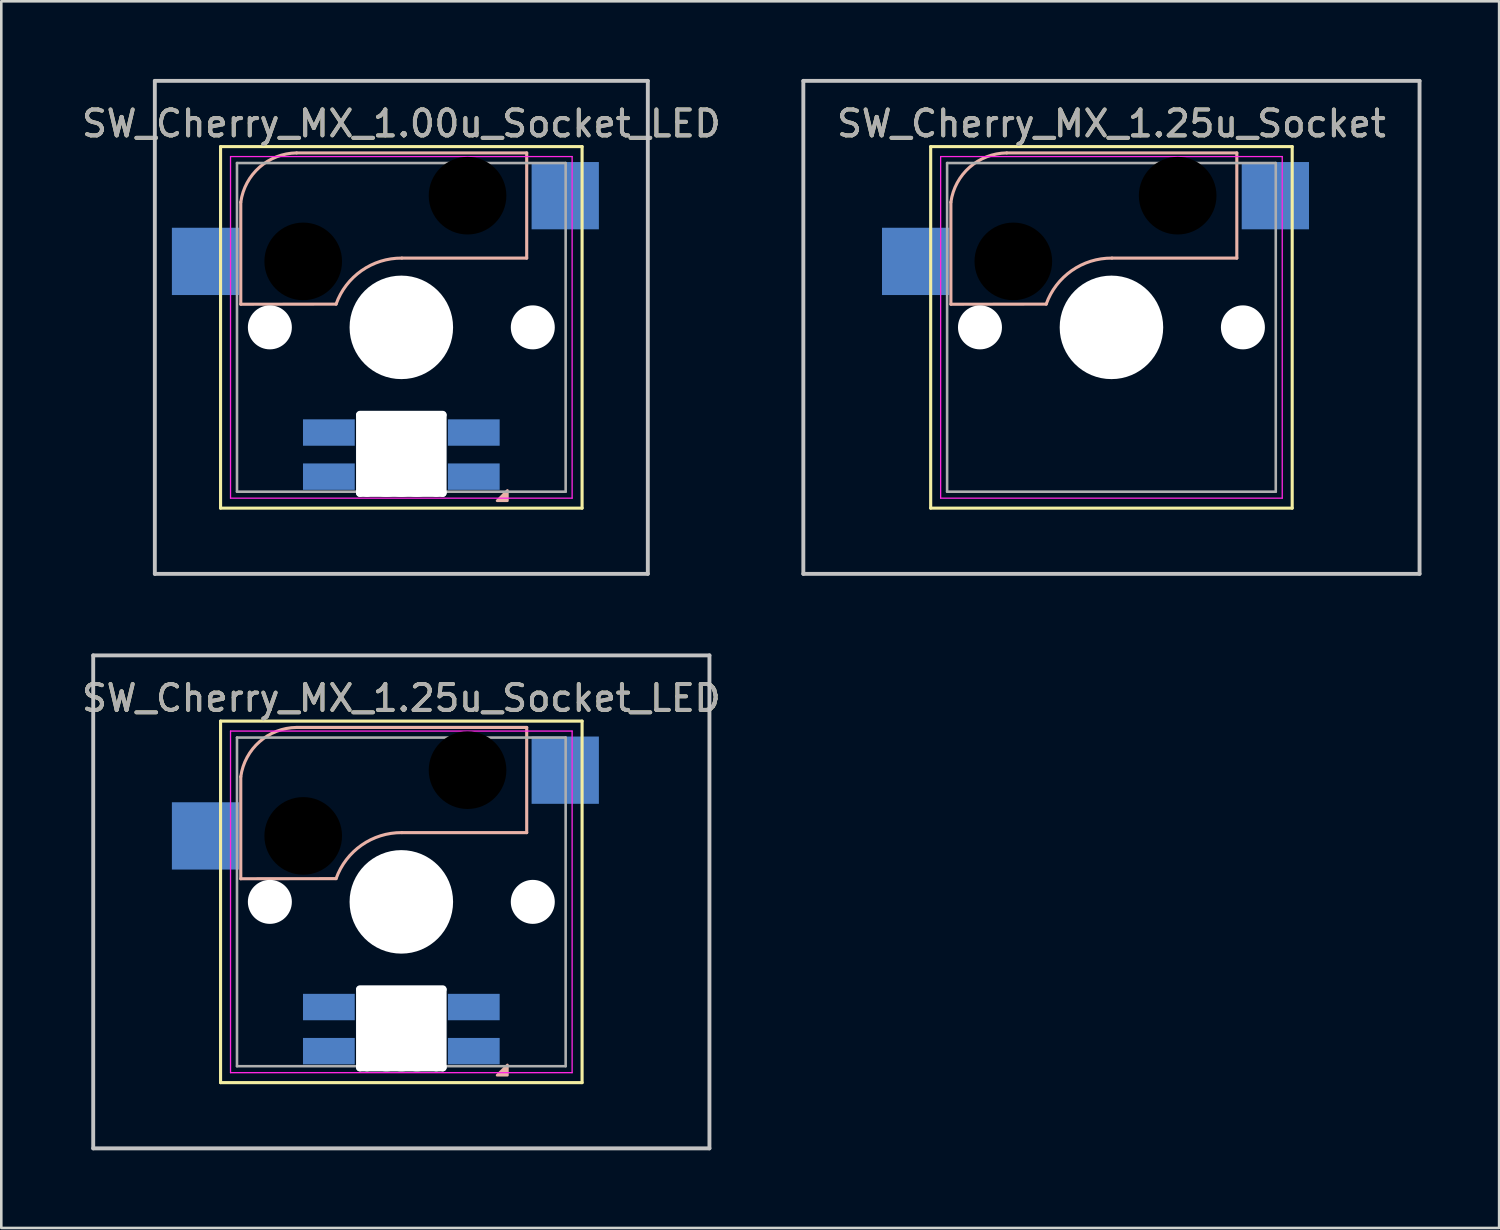
<source format=kicad_pcb>
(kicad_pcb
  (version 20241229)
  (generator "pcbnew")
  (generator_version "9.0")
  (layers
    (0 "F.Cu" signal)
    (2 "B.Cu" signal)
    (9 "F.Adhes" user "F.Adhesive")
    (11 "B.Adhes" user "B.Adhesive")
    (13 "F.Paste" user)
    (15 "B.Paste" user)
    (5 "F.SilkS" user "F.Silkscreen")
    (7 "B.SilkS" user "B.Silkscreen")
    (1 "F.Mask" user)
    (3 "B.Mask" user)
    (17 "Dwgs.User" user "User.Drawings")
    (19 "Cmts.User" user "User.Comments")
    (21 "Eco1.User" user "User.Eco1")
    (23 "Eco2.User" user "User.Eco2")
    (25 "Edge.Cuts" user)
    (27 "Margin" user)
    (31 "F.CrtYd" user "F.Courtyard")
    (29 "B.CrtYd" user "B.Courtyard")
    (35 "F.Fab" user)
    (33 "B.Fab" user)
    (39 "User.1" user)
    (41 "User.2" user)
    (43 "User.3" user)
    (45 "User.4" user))
  (footprint "SW_Cherry_MX_1.00u_Socket_LED"
    (layer "F.Cu")
    (at 14.998 4.52)
    (property "Reference" "SW_Cherry_MX_1.00u_Socket_LED" (at -2.54 -2.794 0) (layer "F.SilkS") (effects (font (size 1 1) (thickness 0.15))))
    (attr through_hole)
    (fp_line (start -9.525 -1.905) (end 4.445 -1.905) (stroke (width 0.12) (type solid)) (layer "F.SilkS"))
    (fp_line (start -9.525 12.065) (end -9.525 -1.905) (stroke (width 0.12) (type solid)) (layer "F.SilkS"))
    (fp_line (start 4.445 -1.905) (end 4.445 12.065) (stroke (width 0.12) (type solid)) (layer "F.SilkS"))
    (fp_line (start 4.445 12.065) (end -9.525 12.065) (stroke (width 0.12) (type solid)) (layer "F.SilkS"))
    (fp_line (start -8.744 4.186) (end -8.744 0.245) (stroke (width 0.12) (type solid)) (layer "B.SilkS"))
    (fp_line (start -8.744 4.186) (end -5.061 4.182) (stroke (width 0.12) (type solid)) (layer "B.SilkS"))
    (fp_line (start -2.521 2.404) (end 2.305 2.404) (stroke (width 0.12) (type solid)) (layer "B.SilkS"))
    (fp_line (start 2.305 -1.66) (end -6.585 -1.66) (stroke (width 0.12) (type solid)) (layer "B.SilkS"))
    (fp_line (start 2.305 2.404) (end 2.305 -1.66) (stroke (width 0.12) (type solid)) (layer "B.SilkS"))
    (fp_arc (start -8.74408 0.244744) (mid -8.018786 -1.10919) (end -6.58508 -1.660256) (stroke (width 0.12) (type solid)) (layer "B.SilkS"))
    (fp_arc (start -5.06108 4.181744) (mid -4.074771 2.887471) (end -2.52108 2.403744) (stroke (width 0.12) (type solid)) (layer "B.SilkS"))
    (fp_poly (pts (xy 1.56 11.38) (xy 1.56 11.78) (xy 1.16 11.78)) (stroke (width 0.1) (type solid)) (fill yes) (layer "B.SilkS"))
    (fp_line (start -12.065 -4.445) (end 6.985 -4.445) (stroke (width 0.15) (type solid)) (layer "Dwgs.User"))
    (fp_line (start -12.065 14.605) (end -12.065 -4.445) (stroke (width 0.15) (type solid)) (layer "Dwgs.User"))
    (fp_line (start 6.985 -4.445) (end 6.985 14.605) (stroke (width 0.15) (type solid)) (layer "Dwgs.User"))
    (fp_line (start 6.985 14.605) (end -12.065 14.605) (stroke (width 0.15) (type solid)) (layer "Dwgs.User"))
    (fp_line (start -9.14 -1.52) (end 4.06 -1.52) (stroke (width 0.05) (type solid)) (layer "F.CrtYd"))
    (fp_line (start -9.14 11.68) (end -9.14 -1.52) (stroke (width 0.05) (type solid)) (layer "F.CrtYd"))
    (fp_line (start 4.06 -1.52) (end 4.06 11.68) (stroke (width 0.05) (type solid)) (layer "F.CrtYd"))
    (fp_line (start 4.06 11.68) (end -9.14 11.68) (stroke (width 0.05) (type solid)) (layer "F.CrtYd"))
    (fp_line (start -8.89 -1.27) (end 3.81 -1.27) (stroke (width 0.1) (type solid)) (layer "F.Fab"))
    (fp_line (start -8.89 11.43) (end -8.89 -1.27) (stroke (width 0.1) (type solid)) (layer "F.Fab"))
    (fp_line (start 3.81 -1.27) (end 3.81 11.43) (stroke (width 0.1) (type solid)) (layer "F.Fab"))
    (fp_line (start 3.81 11.43) (end -8.89 11.43) (stroke (width 0.1) (type solid)) (layer "F.Fab"))
    (fp_text user "${REFERENCE}" (at -2.54 -2.794 0) (layer "F.Fab") (effects (font (size 1 1) (thickness 0.15))))
    (pad "" np_thru_hole circle (at -7.62 5.08) (size 1.7 1.7) (drill 1.7) (layers "*.Cu" "*.Mask"))
    (pad "" np_thru_hole circle (at -6.331 2.531 180) (size 3 3) (drill 3) (layers "*.Mask"))
    (pad "" np_thru_hole oval (at -4.14 9.98 180) (size 0.3 3.3) (drill oval 0.3 3.3) (layers "*.Cu" "*.Mask"))
    (pad "" np_thru_hole oval (at -3.865 9.98 180) (size 0.5 3.3) (drill oval 0.5 3.3) (layers "*.Cu" "*.Mask"))
    (pad "" np_thru_hole oval (at -3.115 9.98 180) (size 1.7 3.3) (drill oval 1.7 3.3) (layers "*.Cu" "*.Mask"))
    (pad "" np_thru_hole circle (at -2.54 5.08) (size 4 4) (drill 4) (layers "*.Cu" "*.Mask"))
    (pad "" np_thru_hole oval (at -2.54 8.455 90) (size 0.3 3.5) (drill oval 0.3 3.5) (layers "*.Cu" "*.Mask"))
    (pad "" np_thru_hole oval (at -2.54 9.98 180) (size 1.7 3.3) (drill oval 1.7 3.3) (layers "*.Cu" "*.Mask"))
    (pad "" np_thru_hole oval (at -2.54 11.48 90) (size 0.3 3.5) (drill oval 0.3 3.5) (layers "*.Cu" "*.Mask"))
    (pad "" np_thru_hole oval (at -1.94 9.98 180) (size 1.65 3.3) (drill oval 1.65 3.3) (layers "*.Cu" "*.Mask"))
    (pad "" np_thru_hole oval (at -1.19 9.98) (size 0.5 3.3) (drill oval 0.5 3.3) (layers "*.Cu" "*.Mask"))
    (pad "" np_thru_hole oval (at -0.94 9.98 180) (size 0.3 3.3) (drill oval 0.3 3.3) (layers "*.Cu" "*.Mask"))
    (pad "" np_thru_hole circle (at 0.019 -0.009 180) (size 3 3) (drill 3) (layers "*.Mask"))
    (pad "" np_thru_hole circle (at 2.54 5.08) (size 1.7 1.7) (drill 1.7) (layers "*.Cu" "*.Mask"))
    (pad "1" smd rect (at 3.794 -0.009 180) (size 2.6 2.6) (layers "B.Cu" "B.Mask" "B.Paste"))
    (pad "2" smd rect (at -10.106 2.531 180) (size 2.6 2.6) (layers "B.Cu" "B.Mask" "B.Paste"))
    (pad "3" smd rect (at -5.34 9.144 180) (size 2 1.02) (layers "B.Cu" "B.Mask" "B.Paste"))
    (pad "4" smd rect (at -5.34 10.848 180) (size 2 1.02) (layers "B.Cu" "B.Mask" "B.Paste"))
    (pad "5" smd rect (at 0.26 10.848 180) (size 2 1.02) (layers "B.Cu" "B.Mask" "B.Paste"))
    (pad "6" smd rect (at 0.26 9.144 180) (size 2 1.02) (layers "B.Cu" "B.Mask" "B.Paste")))
  (footprint "SW_Cherry_MX_1.25u_Socket_LED"
    (layer "F.Cu")
    (at 14.998 26.72)
    (property "Reference" "SW_Cherry_MX_1.25u_Socket_LED" (at -2.54 -2.794 0) (layer "F.SilkS") (effects (font (size 1 1) (thickness 0.15))))
    (attr through_hole)
    (fp_line (start -9.525 -1.905) (end 4.445 -1.905) (stroke (width 0.12) (type solid)) (layer "F.SilkS"))
    (fp_line (start -9.525 12.065) (end -9.525 -1.905) (stroke (width 0.12) (type solid)) (layer "F.SilkS"))
    (fp_line (start 4.445 -1.905) (end 4.445 12.065) (stroke (width 0.12) (type solid)) (layer "F.SilkS"))
    (fp_line (start 4.445 12.065) (end -9.525 12.065) (stroke (width 0.12) (type solid)) (layer "F.SilkS"))
    (fp_line (start -8.744 4.186) (end -8.744 0.245) (stroke (width 0.12) (type solid)) (layer "B.SilkS"))
    (fp_line (start -8.744 4.186) (end -5.061 4.182) (stroke (width 0.12) (type solid)) (layer "B.SilkS"))
    (fp_line (start -2.521 2.404) (end 2.305 2.404) (stroke (width 0.12) (type solid)) (layer "B.SilkS"))
    (fp_line (start 2.305 -1.66) (end -6.585 -1.66) (stroke (width 0.12) (type solid)) (layer "B.SilkS"))
    (fp_line (start 2.305 2.404) (end 2.305 -1.66) (stroke (width 0.12) (type solid)) (layer "B.SilkS"))
    (fp_arc (start -8.74408 0.244744) (mid -8.018786 -1.10919) (end -6.58508 -1.660256) (stroke (width 0.12) (type solid)) (layer "B.SilkS"))
    (fp_arc (start -5.06108 4.181744) (mid -4.074771 2.887471) (end -2.52108 2.403744) (stroke (width 0.12) (type solid)) (layer "B.SilkS"))
    (fp_poly (pts (xy 1.56 11.38) (xy 1.56 11.78) (xy 1.16 11.78)) (stroke (width 0.1) (type solid)) (fill yes) (layer "B.SilkS"))
    (fp_line (start -14.446 -4.445) (end 9.366 -4.445) (stroke (width 0.15) (type solid)) (layer "Dwgs.User"))
    (fp_line (start -14.446 14.605) (end -14.446 -4.445) (stroke (width 0.15) (type solid)) (layer "Dwgs.User"))
    (fp_line (start 9.366 -4.445) (end 9.366 14.605) (stroke (width 0.15) (type solid)) (layer "Dwgs.User"))
    (fp_line (start 9.366 14.605) (end -14.446 14.605) (stroke (width 0.15) (type solid)) (layer "Dwgs.User"))
    (fp_line (start -9.14 -1.52) (end 4.06 -1.52) (stroke (width 0.05) (type solid)) (layer "F.CrtYd"))
    (fp_line (start -9.14 11.68) (end -9.14 -1.52) (stroke (width 0.05) (type solid)) (layer "F.CrtYd"))
    (fp_line (start 4.06 -1.52) (end 4.06 11.68) (stroke (width 0.05) (type solid)) (layer "F.CrtYd"))
    (fp_line (start 4.06 11.68) (end -9.14 11.68) (stroke (width 0.05) (type solid)) (layer "F.CrtYd"))
    (fp_line (start -8.89 -1.27) (end 3.81 -1.27) (stroke (width 0.1) (type solid)) (layer "F.Fab"))
    (fp_line (start -8.89 11.43) (end -8.89 -1.27) (stroke (width 0.1) (type solid)) (layer "F.Fab"))
    (fp_line (start 3.81 -1.27) (end 3.81 11.43) (stroke (width 0.1) (type solid)) (layer "F.Fab"))
    (fp_line (start 3.81 11.43) (end -8.89 11.43) (stroke (width 0.1) (type solid)) (layer "F.Fab"))
    (fp_text user "${REFERENCE}" (at -2.54 -2.794 0) (layer "F.Fab") (effects (font (size 1 1) (thickness 0.15))))
    (pad "" np_thru_hole circle (at -7.62 5.08) (size 1.7 1.7) (drill 1.7) (layers "*.Cu" "*.Mask"))
    (pad "" np_thru_hole circle (at -6.331 2.531 180) (size 3 3) (drill 3) (layers "*.Mask"))
    (pad "" np_thru_hole oval (at -4.14 9.98 180) (size 0.3 3.3) (drill oval 0.3 3.3) (layers "*.Cu" "*.Mask"))
    (pad "" np_thru_hole oval (at -3.865 9.98 180) (size 0.5 3.3) (drill oval 0.5 3.3) (layers "*.Cu" "*.Mask"))
    (pad "" np_thru_hole oval (at -3.115 9.98 180) (size 1.7 3.3) (drill oval 1.7 3.3) (layers "*.Cu" "*.Mask"))
    (pad "" np_thru_hole circle (at -2.54 5.08 90) (size 4 4) (drill 4) (layers "*.Cu" "*.Mask"))
    (pad "" np_thru_hole oval (at -2.54 8.455 90) (size 0.3 3.5) (drill oval 0.3 3.5) (layers "*.Cu" "*.Mask"))
    (pad "" np_thru_hole oval (at -2.54 9.98 180) (size 1.7 3.3) (drill oval 1.7 3.3) (layers "*.Cu" "*.Mask"))
    (pad "" np_thru_hole oval (at -2.54 11.48 90) (size 0.3 3.5) (drill oval 0.3 3.5) (layers "*.Cu" "*.Mask"))
    (pad "" np_thru_hole oval (at -1.94 9.98 180) (size 1.65 3.3) (drill oval 1.65 3.3) (layers "*.Cu" "*.Mask"))
    (pad "" np_thru_hole oval (at -1.19 9.98) (size 0.5 3.3) (drill oval 0.5 3.3) (layers "*.Cu" "*.Mask"))
    (pad "" np_thru_hole oval (at -0.94 9.98 180) (size 0.3 3.3) (drill oval 0.3 3.3) (layers "*.Cu" "*.Mask"))
    (pad "" np_thru_hole circle (at 0.019 -0.009 180) (size 3 3) (drill 3) (layers "*.Mask"))
    (pad "" np_thru_hole circle (at 2.54 5.08) (size 1.7 1.7) (drill 1.7) (layers "*.Cu" "*.Mask"))
    (pad "1" smd rect (at 3.794 -0.009 180) (size 2.6 2.6) (layers "B.Cu" "B.Mask" "B.Paste"))
    (pad "2" smd rect (at -10.106 2.531 180) (size 2.6 2.6) (layers "B.Cu" "B.Mask" "B.Paste"))
    (pad "3" smd rect (at -5.34 9.144 180) (size 2 1.02) (layers "B.Cu" "B.Mask" "B.Paste"))
    (pad "4" smd rect (at -5.34 10.848 180) (size 2 1.02) (layers "B.Cu" "B.Mask" "B.Paste"))
    (pad "5" smd rect (at 0.26 10.848 180) (size 2 1.02) (layers "B.Cu" "B.Mask" "B.Paste"))
    (pad "6" smd rect (at 0.26 9.144 180) (size 2 1.02) (layers "B.Cu" "B.Mask" "B.Paste")))
  (footprint "SW_Cherry_MX_1.25u_Socket"
    (layer "F.Cu")
    (at 42.438 4.52)
    (property "Reference" "SW_Cherry_MX_1.25u_Socket" (at -2.54 -2.794 0) (layer "F.SilkS") (effects (font (size 1 1) (thickness 0.15))))
    (attr through_hole)
    (fp_line (start -9.525 -1.905) (end 4.445 -1.905) (stroke (width 0.12) (type solid)) (layer "F.SilkS"))
    (fp_line (start -9.525 12.065) (end -9.525 -1.905) (stroke (width 0.12) (type solid)) (layer "F.SilkS"))
    (fp_line (start 4.445 -1.905) (end 4.445 12.065) (stroke (width 0.12) (type solid)) (layer "F.SilkS"))
    (fp_line (start 4.445 12.065) (end -9.525 12.065) (stroke (width 0.12) (type solid)) (layer "F.SilkS"))
    (fp_line (start -8.744 4.186) (end -8.744 0.245) (stroke (width 0.12) (type solid)) (layer "B.SilkS"))
    (fp_line (start -8.744 4.186) (end -5.061 4.182) (stroke (width 0.12) (type solid)) (layer "B.SilkS"))
    (fp_line (start -2.521 2.404) (end 2.305 2.404) (stroke (width 0.12) (type solid)) (layer "B.SilkS"))
    (fp_line (start 2.305 -1.66) (end -6.585 -1.66) (stroke (width 0.12) (type solid)) (layer "B.SilkS"))
    (fp_line (start 2.305 2.404) (end 2.305 -1.66) (stroke (width 0.12) (type solid)) (layer "B.SilkS"))
    (fp_arc (start -8.74408 0.244744) (mid -8.018786 -1.10919) (end -6.58508 -1.660256) (stroke (width 0.12) (type solid)) (layer "B.SilkS"))
    (fp_arc (start -5.06108 4.181744) (mid -4.074771 2.887471) (end -2.52108 2.403744) (stroke (width 0.12) (type solid)) (layer "B.SilkS"))
    (fp_line (start -14.446 -4.445) (end 9.366 -4.445) (stroke (width 0.15) (type solid)) (layer "Dwgs.User"))
    (fp_line (start -14.446 14.605) (end -14.446 -4.445) (stroke (width 0.15) (type solid)) (layer "Dwgs.User"))
    (fp_line (start 9.366 -4.445) (end 9.366 14.605) (stroke (width 0.15) (type solid)) (layer "Dwgs.User"))
    (fp_line (start 9.366 14.605) (end -14.446 14.605) (stroke (width 0.15) (type solid)) (layer "Dwgs.User"))
    (fp_line (start -9.14 -1.52) (end 4.06 -1.52) (stroke (width 0.05) (type solid)) (layer "F.CrtYd"))
    (fp_line (start -9.14 11.68) (end -9.14 -1.52) (stroke (width 0.05) (type solid)) (layer "F.CrtYd"))
    (fp_line (start 4.06 -1.52) (end 4.06 11.68) (stroke (width 0.05) (type solid)) (layer "F.CrtYd"))
    (fp_line (start 4.06 11.68) (end -9.14 11.68) (stroke (width 0.05) (type solid)) (layer "F.CrtYd"))
    (fp_line (start -8.89 -1.27) (end 3.81 -1.27) (stroke (width 0.1) (type solid)) (layer "F.Fab"))
    (fp_line (start -8.89 11.43) (end -8.89 -1.27) (stroke (width 0.1) (type solid)) (layer "F.Fab"))
    (fp_line (start 3.81 -1.27) (end 3.81 11.43) (stroke (width 0.1) (type solid)) (layer "F.Fab"))
    (fp_line (start 3.81 11.43) (end -8.89 11.43) (stroke (width 0.1) (type solid)) (layer "F.Fab"))
    (fp_text user "${REFERENCE}" (at -2.54 -2.794 0) (layer "F.Fab") (effects (font (size 1 1) (thickness 0.15))))
    (pad "" np_thru_hole circle (at -7.62 5.08) (size 1.7 1.7) (drill 1.7) (layers "*.Cu" "*.Mask"))
    (pad "" np_thru_hole circle (at -6.331 2.531 180) (size 3 3) (drill 3) (layers "*.Mask"))
    (pad "" np_thru_hole circle (at -2.54 5.08) (size 4 4) (drill 4) (layers "*.Cu" "*.Mask"))
    (pad "" np_thru_hole circle (at 0.019 -0.009 180) (size 3 3) (drill 3) (layers "*.Mask"))
    (pad "" np_thru_hole circle (at 2.54 5.08) (size 1.7 1.7) (drill 1.7) (layers "*.Cu" "*.Mask"))
    (pad "1" smd rect (at 3.794 -0.009 180) (size 2.6 2.6) (layers "B.Cu" "B.Mask" "B.Paste"))
    (pad "2" smd rect (at -10.106 2.531 180) (size 2.6 2.6) (layers "B.Cu" "B.Mask" "B.Paste")))
  (gr_rect
    (start -3 -3)
    (end 54.879 44.4)
    (stroke (width 0.1) (type default))
    (fill no)
    (layer "Edge.Cuts")))
</source>
